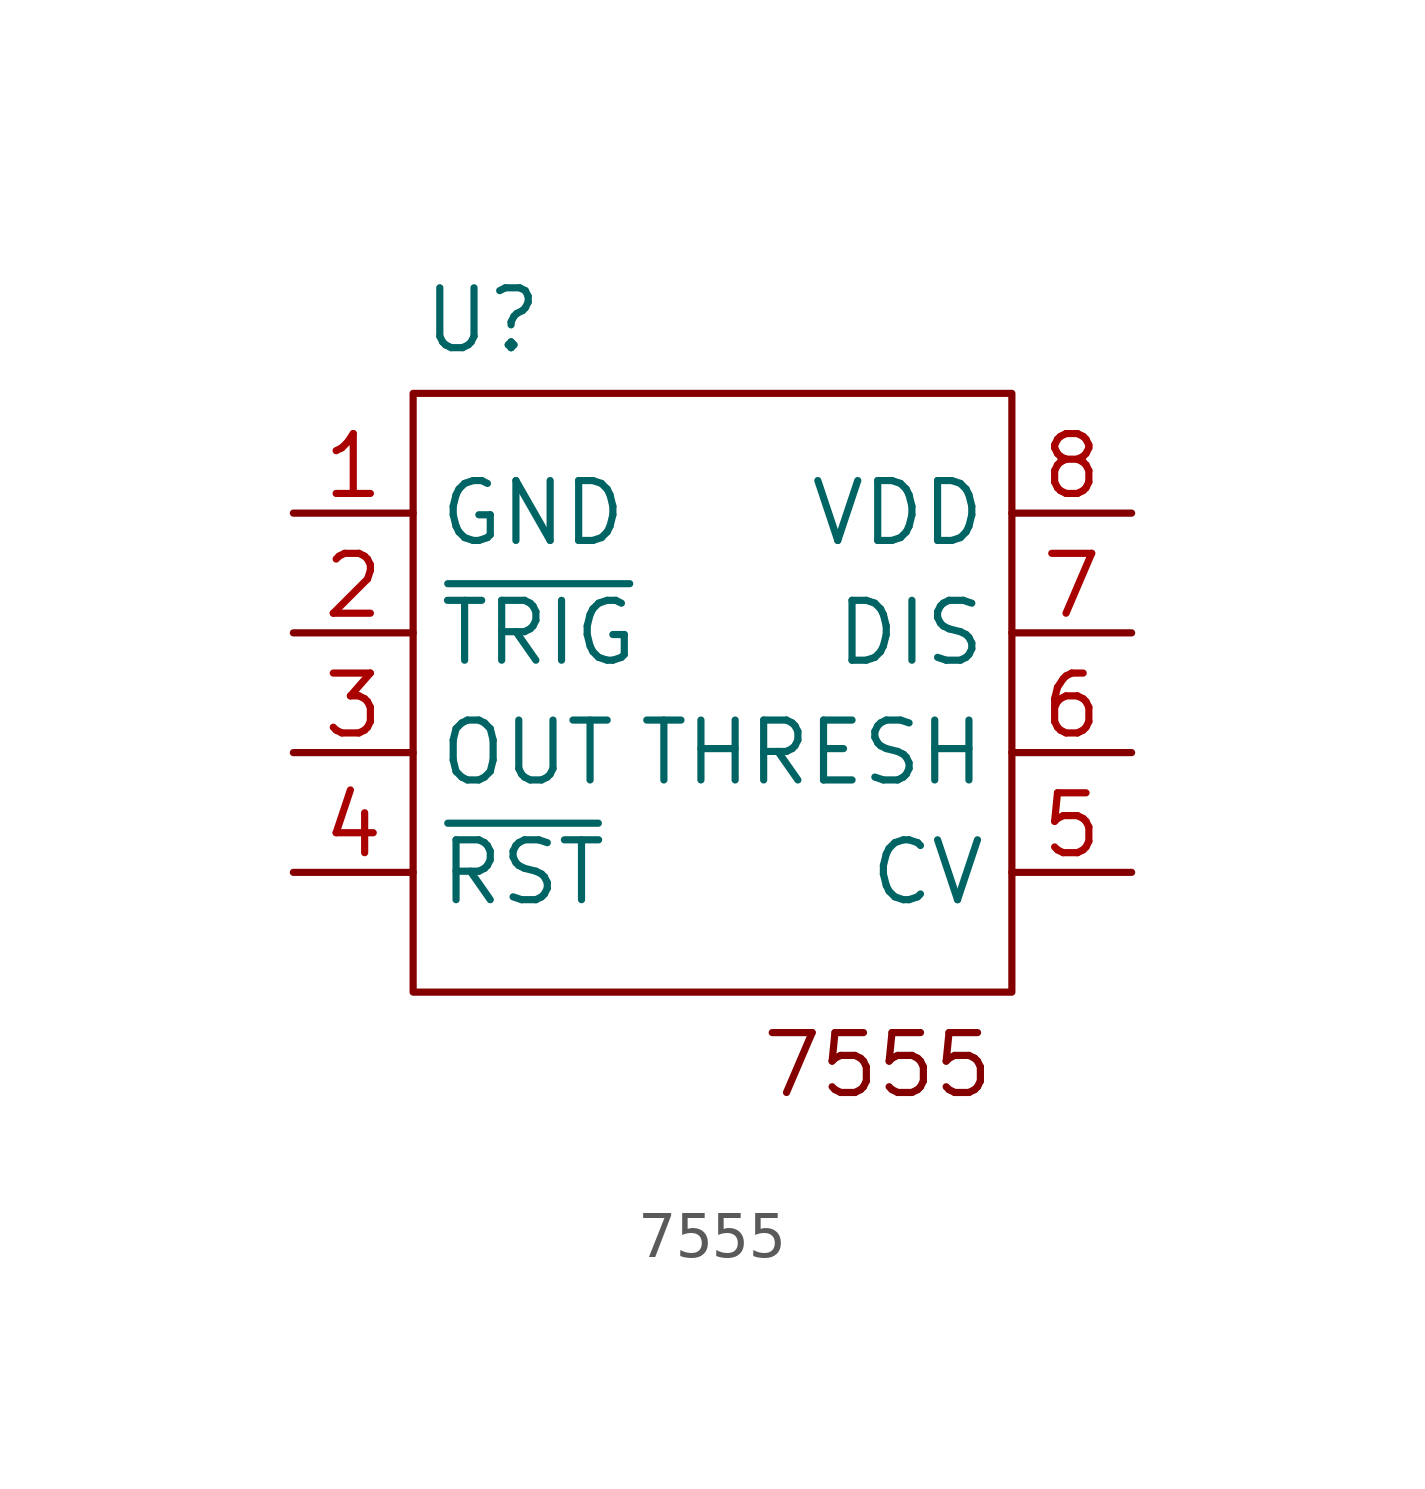
<source format=kicad_sym>
(kicad_symbol_lib
  (version 20220914)
  (generator kicad_symbol_editor)
  (symbol "7555"
    (property "Reference" "U"
      (at -4.75 8.026 0)
      (effects (font (size 1.27 1.27))))
    (property "Value" ""
      (at -3.683 -3.683 0)
      (effects (font (size 1.27 1.27))))
    (symbol "7555_1_1"
      (rectangle (start -6.223 6.477) (end 6.477 -6.223) (stroke (width 0) (type default)) (fill (type none)))
      (text "7555" (at 3.632 -7.772 0) (effects (font (size 1.27 1.27))))
      (pin input line (at -8.763 3.937 0) (length 2.54) (name "GND" (effects (font (size 1.27 1.27)))) (number "1" (effects (font (size 1.27 1.27)))))
      (pin input line (at -8.763 1.397 0) (length 2.54) (name "~{TRIG}" (effects (font (size 1.27 1.27)))) (number "2" (effects (font (size 1.27 1.27)))))
      (pin output line (at -8.763 -1.143 0) (length 2.54) (name "OUT" (effects (font (size 1.27 1.27)))) (number "3" (effects (font (size 1.27 1.27)))))
      (pin input line (at -8.763 -3.683 0) (length 2.54) (name "~{RST}" (effects (font (size 1.27 1.27)))) (number "4" (effects (font (size 1.27 1.27)))))
      (pin input line (at 9.017 -3.683 180) (length 2.54) (name "CV" (effects (font (size 1.27 1.27)))) (number "5" (effects (font (size 1.27 1.27)))))
      (pin input line (at 9.017 -1.143 180) (length 2.54) (name "THRESH" (effects (font (size 1.27 1.27)))) (number "6" (effects (font (size 1.27 1.27)))))
      (pin input line (at 9.017 1.397 180) (length 2.54) (name "DIS" (effects (font (size 1.27 1.27)))) (number "7" (effects (font (size 1.27 1.27)))))
      (pin input line (at 9.017 3.937 180) (length 2.54) (name "VDD" (effects (font (size 1.27 1.27)))) (number "8" (effects (font (size 1.27 1.27))))))))
</source>
